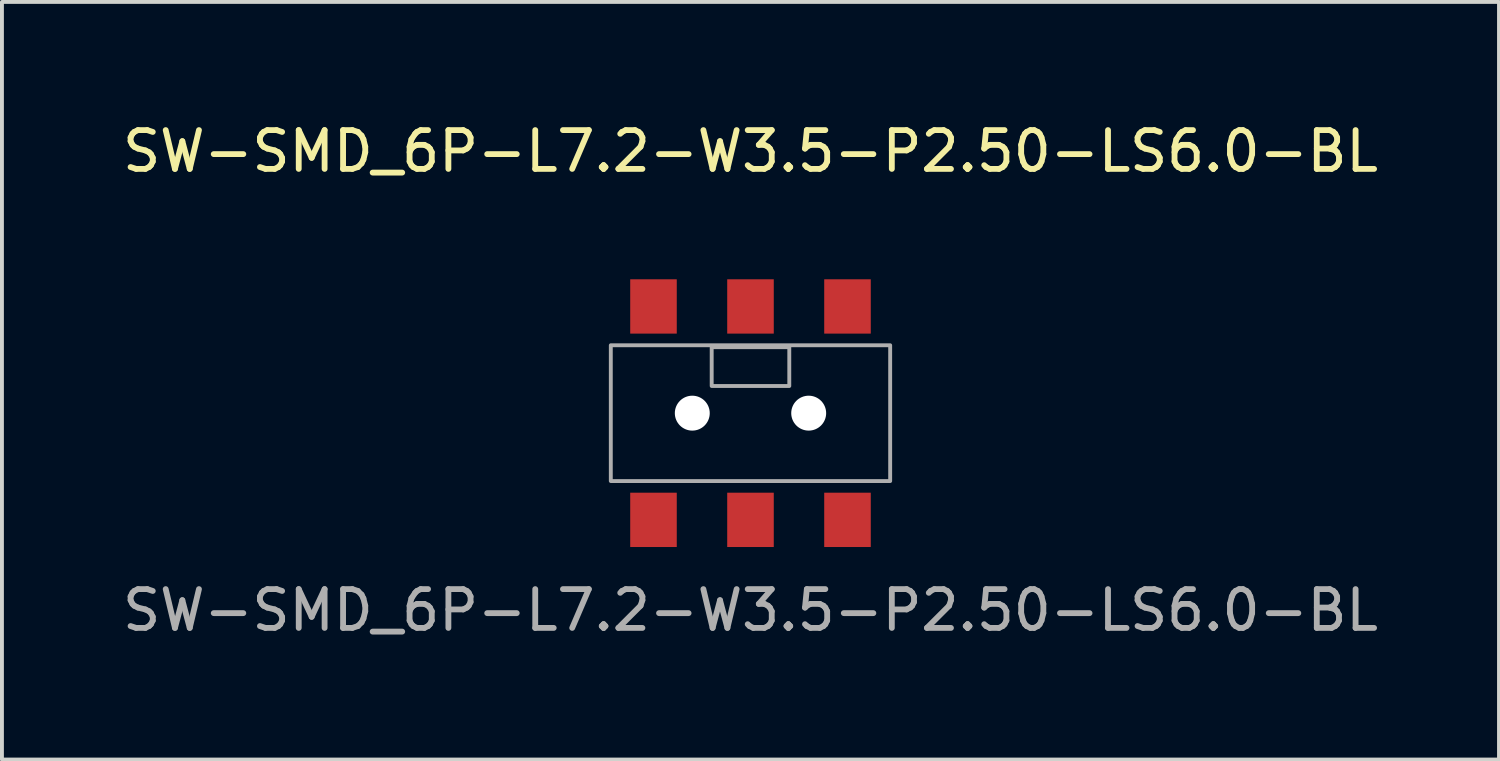
<source format=kicad_pcb>
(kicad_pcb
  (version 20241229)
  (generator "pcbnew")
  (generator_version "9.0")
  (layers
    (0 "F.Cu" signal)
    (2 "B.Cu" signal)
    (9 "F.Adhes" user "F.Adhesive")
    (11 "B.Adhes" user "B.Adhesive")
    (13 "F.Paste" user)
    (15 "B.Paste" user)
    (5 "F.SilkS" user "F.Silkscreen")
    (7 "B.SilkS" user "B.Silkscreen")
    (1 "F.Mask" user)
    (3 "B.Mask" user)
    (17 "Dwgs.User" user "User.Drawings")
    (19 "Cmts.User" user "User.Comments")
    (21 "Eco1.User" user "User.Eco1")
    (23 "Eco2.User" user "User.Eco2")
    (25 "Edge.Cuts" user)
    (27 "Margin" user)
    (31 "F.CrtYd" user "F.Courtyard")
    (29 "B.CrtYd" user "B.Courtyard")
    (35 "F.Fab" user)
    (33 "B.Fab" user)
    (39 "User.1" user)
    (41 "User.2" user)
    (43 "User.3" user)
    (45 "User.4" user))
  (footprint "SW-SMD_6P-L7.2-W3.5-P2.50-LS6.0-BL"
    (layer "F.Cu")
    (at 16.292 7.598)
    (property "Reference" "SW-SMD_6P-L7.2-W3.5-P2.50-LS6.0-BL" (at 0 -6.75 0) (layer "F.SilkS") (effects (font (size 1 1) (thickness 0.15))))
    (attr smd)
    (fp_rect (start -3.6 -1.75) (end 3.6 1.75) (stroke (width 0.1) (type default)) (fill no) (layer "F.Fab"))
    (fp_rect (start -1 -1.7) (end 1 -0.7) (stroke (width 0.1) (type default)) (fill no) (layer "F.Fab"))
    (fp_text user "${REFERENCE}" (at 0 5.08 0) (layer "F.Fab") (effects (font (size 1 1) (thickness 0.15))))
    (pad "" np_thru_hole circle (at -1.5 0) (size 0.9 0.9) (drill 0.9) (layers "*.Cu" "*.Mask"))
    (pad "" np_thru_hole circle (at 1.5 0) (size 0.9 0.9) (drill 0.9) (layers "*.Cu" "*.Mask"))
    (pad "1" smd rect (at -2.5 2.75) (size 1.2 1.4) (layers "F.Cu" "F.Mask" "F.Paste"))
    (pad "2" smd rect (at 0 2.75) (size 1.2 1.4) (layers "F.Cu" "F.Mask" "F.Paste"))
    (pad "3" smd rect (at 2.5 2.75) (size 1.2 1.4) (layers "F.Cu" "F.Mask" "F.Paste"))
    (pad "4" smd rect (at -2.5 -2.75) (size 1.2 1.4) (layers "F.Cu" "F.Mask" "F.Paste"))
    (pad "5" smd rect (at 0 -2.75) (size 1.2 1.4) (layers "F.Cu" "F.Mask" "F.Paste"))
    (pad "6" smd rect (at 2.5 -2.75) (size 1.2 1.4) (layers "F.Cu" "F.Mask" "F.Paste")))
  (gr_rect
    (start -3 -3)
    (end 35.583 16.526)
    (stroke (width 0.1) (type default))
    (fill no)
    (layer "Edge.Cuts")))
</source>
